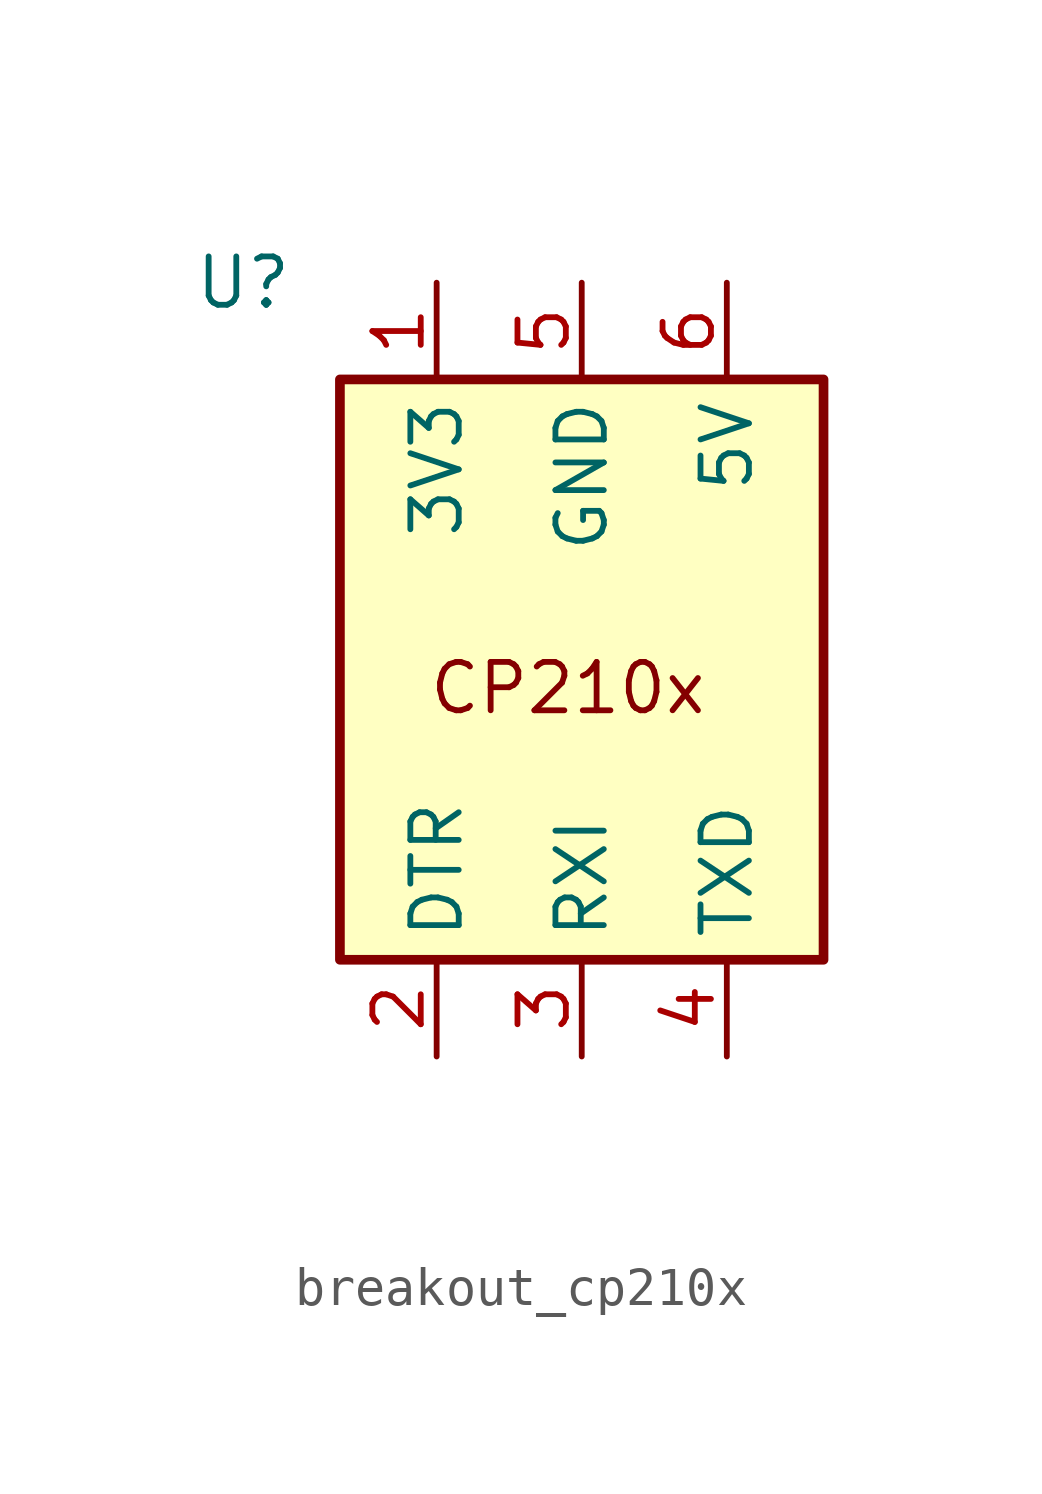
<source format=kicad_sym>
(kicad_symbol_lib
  (version 20220914)
  (generator kicad_symbol_editor)
  (symbol "breakout_cp210x"
    (property "Reference" "U"
      (at -8.89 12.7 0)
      (effects (font (size 1.27 1.27))))
    (property "Value" ""
      (at -5.08 -10.16 0)
      (effects (font (size 1.27 1.27))))
    (symbol "breakout_cp210x_0_0"
      (text_box "CP210x" (at -5.08 3.81 0) (size 6.35 -5.08) (stroke (width -0.0001) (type default)) (fill (type none)) (effects (font (size 1.27 1.27)) (justify left top))))
    (symbol "breakout_cp210x_0_1"
      (rectangle (start -6.35 10.16) (end 6.35 -5.08) (stroke (width 0.254) (type default)) (fill (type background))))
    (symbol "breakout_cp210x_1_1"
      (pin output line (at -3.81 12.7 270) (length 2.54) (name "3V3" (effects (font (size 1.27 1.27)))) (number "1" (effects (font (size 1.27 1.27)))))
      (pin output line (at -3.81 -7.62 90) (length 2.54) (name "DTR" (effects (font (size 1.27 1.27)))) (number "2" (effects (font (size 1.27 1.27)))))
      (pin input line (at 0 -7.62 90) (length 2.54) (name "RXI" (effects (font (size 1.27 1.27)))) (number "3" (effects (font (size 1.27 1.27)))))
      (pin output line (at 3.81 -7.62 90) (length 2.54) (name "TXD" (effects (font (size 1.27 1.27)))) (number "4" (effects (font (size 1.27 1.27)))))
      (pin passive line (at 0 12.7 270) (length 2.54) (name "GND" (effects (font (size 1.27 1.27)))) (number "5" (effects (font (size 1.27 1.27)))))
      (pin output line (at 3.81 12.7 270) (length 2.54) (name "5V" (effects (font (size 1.27 1.27)))) (number "6" (effects (font (size 1.27 1.27))))))))
</source>
